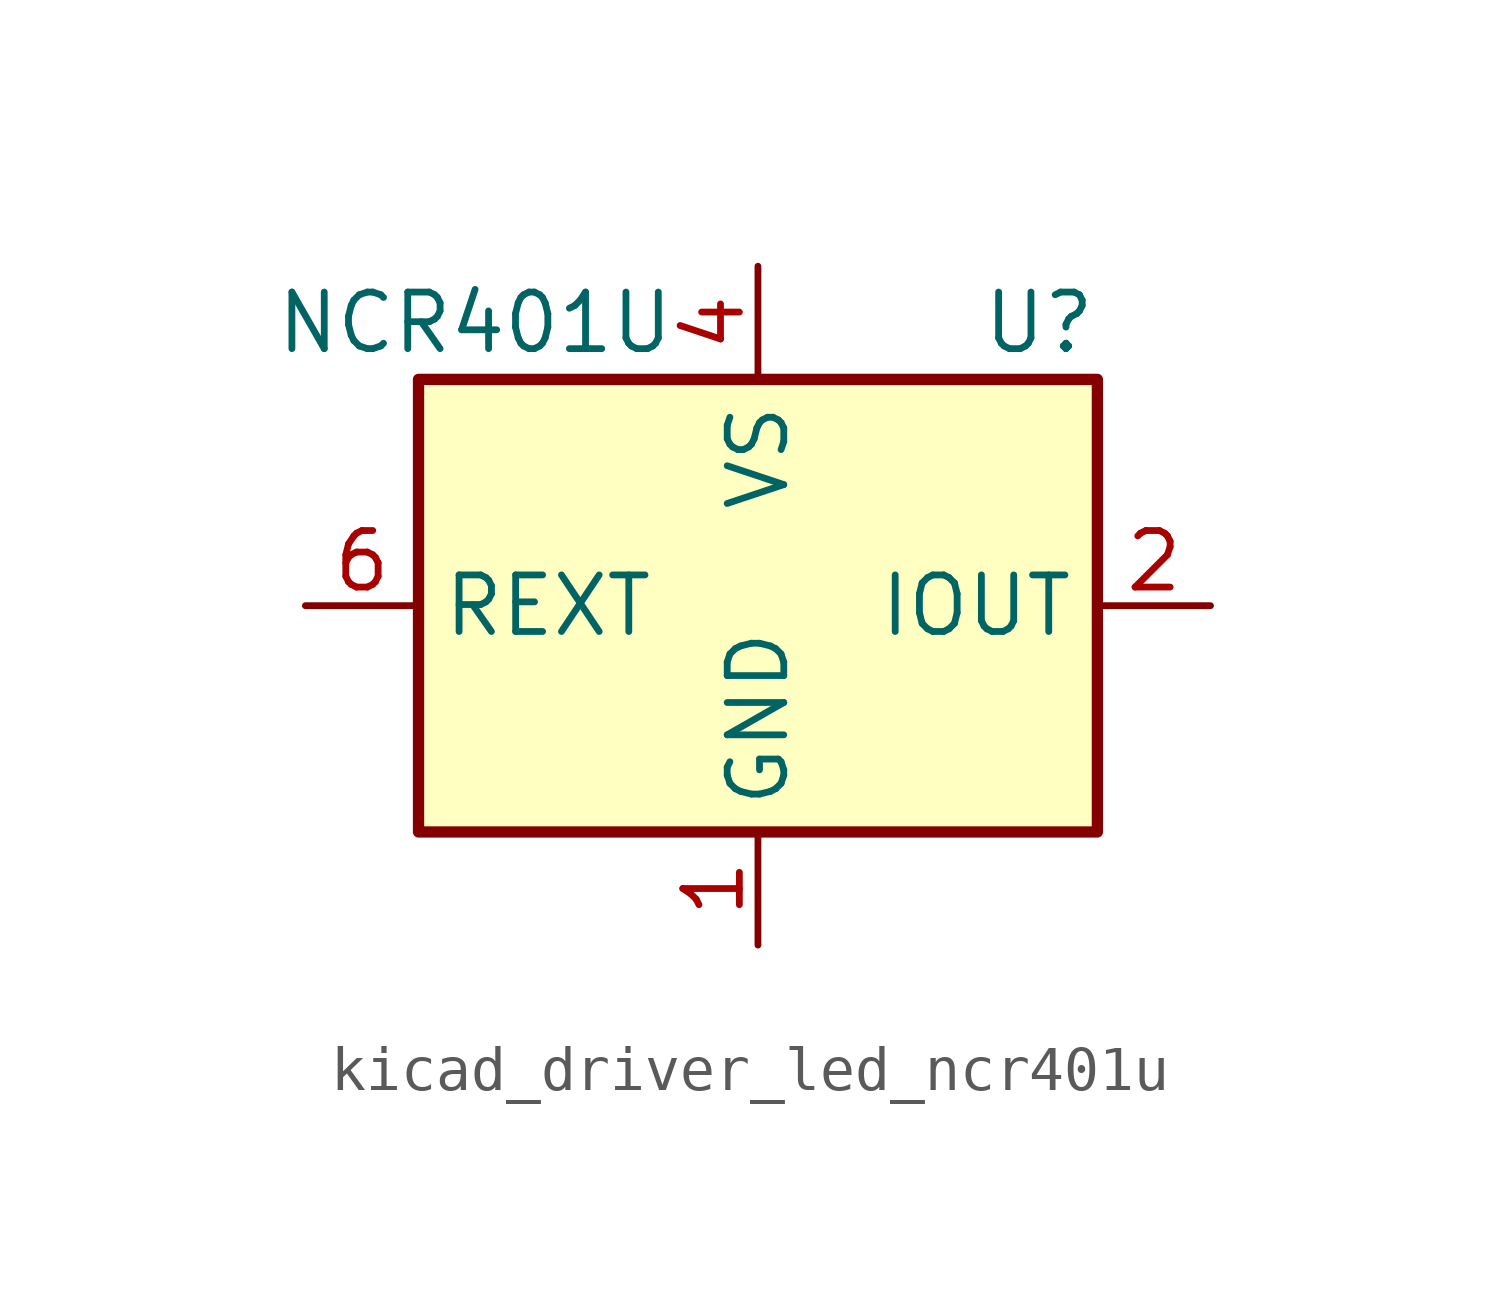
<source format=kicad_sym>
(kicad_symbol_lib
  (version 20220914)
  (generator kicad_symbol_editor)
  (symbol "kicad_driver_led_ncr401u"
    (property "Reference" "U"
      (at 7.62 6.35 0)
      (effects (font (size 1.27 1.27)) (justify right)))
    (property "Value" "NCR401U"
      (at -6.35 6.35 0)
      (effects (font (size 1.27 1.27))))
    (symbol "kicad_driver_led_ncr401u_0_1"
      (rectangle (start -7.62 5.08) (end 7.62 -5.08) (stroke (width 0.254) (type default)) (fill (type background))))
    (symbol "kicad_driver_led_ncr401u_1_1"
      (pin power_in line (at 0 -7.62 90) (length 2.54) (name "GND" (effects (font (size 1.27 1.27)))) (number "1" (effects (font (size 1.27 1.27)))))
      (pin output line (at 10.16 0 180) (length 2.54) (name "IOUT" (effects (font (size 1.27 1.27)))) (number "2" (effects (font (size 1.27 1.27)))))
      (pin passive line (at 10.16 0 180) (length 2.54) hide (name "IOUT" (effects (font (size 1.27 1.27)))) (number "3" (effects (font (size 1.27 1.27)))))
      (pin power_in line (at 0 7.62 270) (length 2.54) (name "VS" (effects (font (size 1.27 1.27)))) (number "4" (effects (font (size 1.27 1.27)))))
      (pin passive line (at 10.16 0 180) (length 2.54) hide (name "IOUT" (effects (font (size 1.27 1.27)))) (number "5" (effects (font (size 1.27 1.27)))))
      (pin passive line (at -10.16 0 0) (length 2.54) (name "REXT" (effects (font (size 1.27 1.27)))) (number "6" (effects (font (size 1.27 1.27))))))))
</source>
